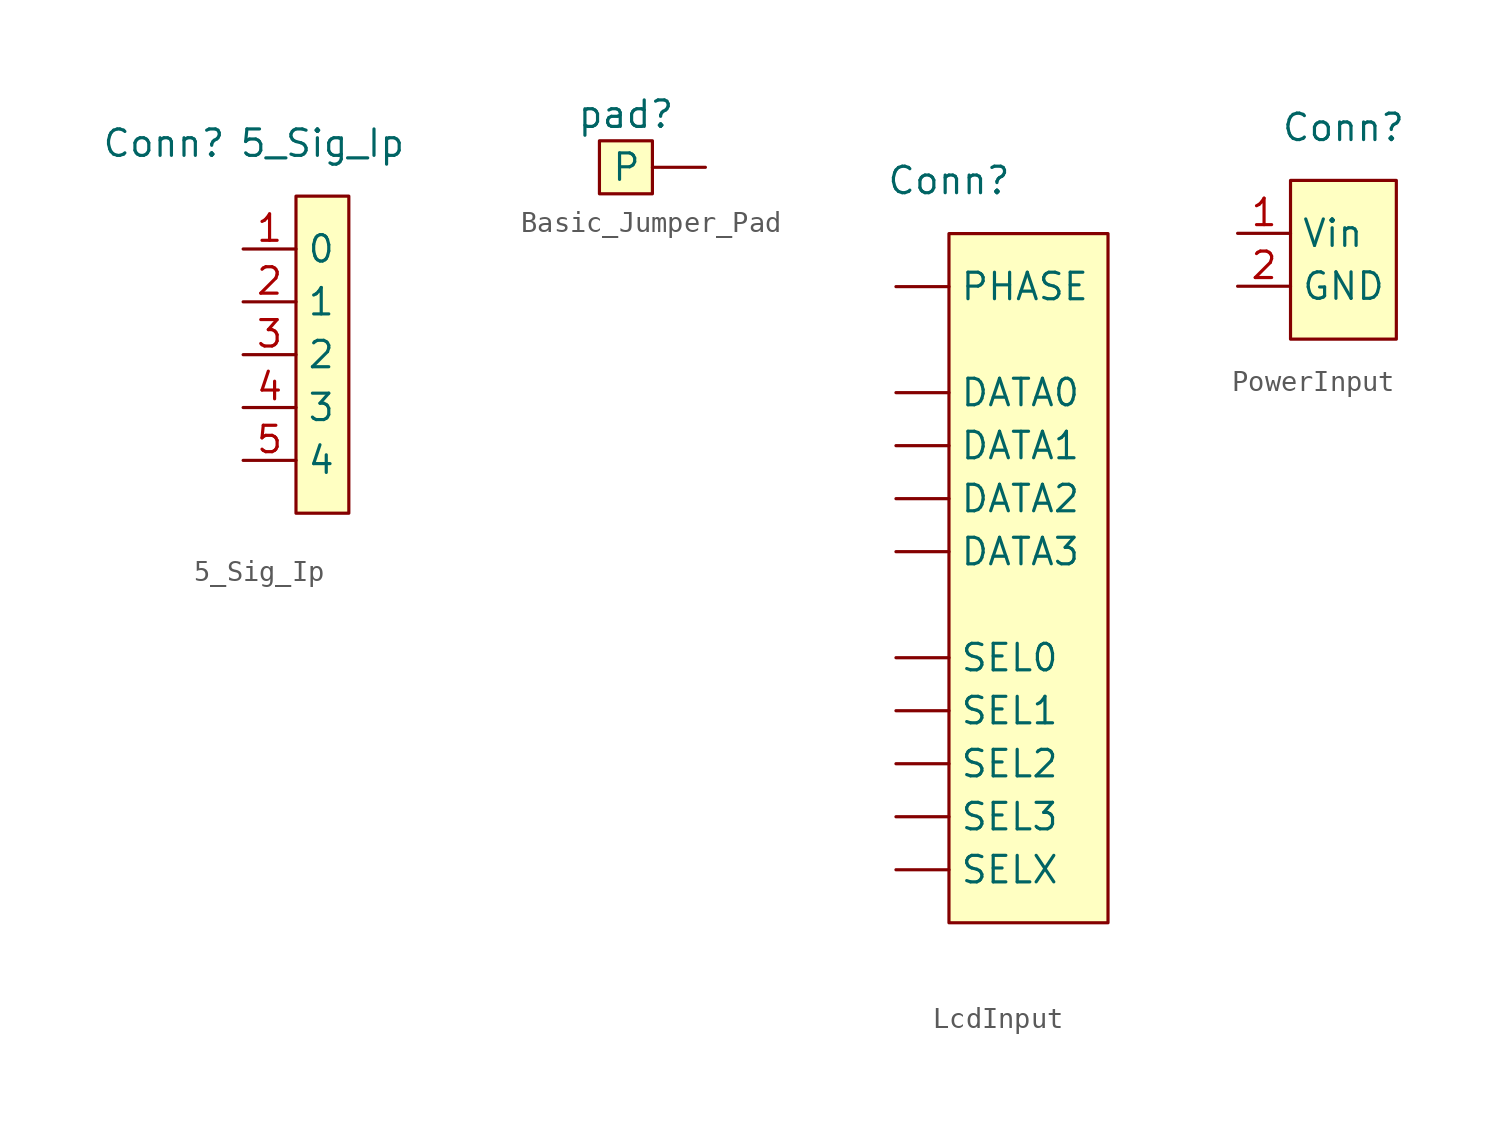
<source format=kicad_sym>
(kicad_symbol_lib
  (version 20220914)
  (generator kicad_symbol_editor)
  (symbol "5_Sig_Ip"
    (property "Reference" "Conn"
      (at -8.89 0 0)
      (effects (font (size 1.27 1.27))))
    (property "Value" "5_Sig_Ip"
      (at -1.27 0 0)
      (effects (font (size 1.27 1.27))))
    (symbol "5_Sig_Ip_1_1"
      (rectangle (start -2.54 -2.54) (end 0 -17.78) (stroke (width 0) (type default)) (fill (type background)))
      (pin output line (at -5.08 -5.08 0) (length 2.54) (name "0" (effects (font (size 1.27 1.27)))) (number "1" (effects (font (size 1.27 1.27)))))
      (pin output line (at -5.08 -7.62 0) (length 2.54) (name "1" (effects (font (size 1.27 1.27)))) (number "2" (effects (font (size 1.27 1.27)))))
      (pin output line (at -5.08 -10.16 0) (length 2.54) (name "2" (effects (font (size 1.27 1.27)))) (number "3" (effects (font (size 1.27 1.27)))))
      (pin output line (at -5.08 -12.7 0) (length 2.54) (name "3" (effects (font (size 1.27 1.27)))) (number "4" (effects (font (size 1.27 1.27)))))
      (pin output line (at -5.08 -15.24 0) (length 2.54) (name "4" (effects (font (size 1.27 1.27)))) (number "5" (effects (font (size 1.27 1.27)))))))
  (symbol "Basic_Jumper_Pad"
    (property "Reference" "pad"
      (at 0 0 0)
      (effects (font (size 1.27 1.27))))
    (property "Value" ""
      (at 0 0 0)
      (effects (font (size 1.27 1.27))))
    (symbol "Basic_Jumper_Pad_1_1"
      (rectangle (start -1.27 -1.27) (end 1.27 -3.81) (stroke (width 0) (type default)) (fill (type background)))
      (pin bidirectional line (at 3.81 -2.54 180) (length 2.54) (name "P" (effects (font (size 1.27 1.27)))) (number "" (effects (font (size 1.27 1.27)))))))
  (symbol "LcdInput"
    (property "Reference" "Conn"
      (at 0 5.08 0)
      (effects (font (size 1.27 1.27))))
    (property "Value" ""
      (at 0 0 0)
      (effects (font (size 1.27 1.27))))
    (symbol "LcdInput_1_1"
      (rectangle (start 0 2.54) (end 7.62 -30.48) (stroke (width 0) (type default)) (fill (type background)))
      (pin output line (at -2.54 -5.08 0) (length 2.54) (name "DATA0" (effects (font (size 1.27 1.27)))) (number "" (effects (font (size 1.27 1.27)))))
      (pin output line (at -2.54 -7.62 0) (length 2.54) (name "DATA1" (effects (font (size 1.27 1.27)))) (number "" (effects (font (size 1.27 1.27)))))
      (pin output line (at -2.54 -10.16 0) (length 2.54) (name "DATA2" (effects (font (size 1.27 1.27)))) (number "" (effects (font (size 1.27 1.27)))))
      (pin output line (at -2.54 -12.7 0) (length 2.54) (name "DATA3" (effects (font (size 1.27 1.27)))) (number "" (effects (font (size 1.27 1.27)))))
      (pin output line (at -2.54 0 0) (length 2.54) (name "PHASE" (effects (font (size 1.27 1.27)))) (number "" (effects (font (size 1.27 1.27)))))
      (pin output line (at -2.54 -17.78 0) (length 2.54) (name "SEL0" (effects (font (size 1.27 1.27)))) (number "" (effects (font (size 1.27 1.27)))))
      (pin output line (at -2.54 -20.32 0) (length 2.54) (name "SEL1" (effects (font (size 1.27 1.27)))) (number "" (effects (font (size 1.27 1.27)))))
      (pin output line (at -2.54 -22.86 0) (length 2.54) (name "SEL2" (effects (font (size 1.27 1.27)))) (number "" (effects (font (size 1.27 1.27)))))
      (pin output line (at -2.54 -25.4 0) (length 2.54) (name "SEL3" (effects (font (size 1.27 1.27)))) (number "" (effects (font (size 1.27 1.27)))))
      (pin output line (at -2.54 -27.94 0) (length 2.54) (name "SELX" (effects (font (size 1.27 1.27)))) (number "" (effects (font (size 1.27 1.27)))))))
  (symbol "PowerInput"
    (property "Reference" "Conn"
      (at 0 0 0)
      (effects (font (size 1.27 1.27))))
    (property "Value" ""
      (at 0 0 0)
      (effects (font (size 1.27 1.27))))
    (symbol "PowerInput_1_1"
      (rectangle (start -2.54 -2.54) (end 2.54 -10.16) (stroke (width 0) (type default)) (fill (type background)))
      (pin power_out line (at -5.08 -5.08 0) (length 2.54) (name "Vin" (effects (font (size 1.27 1.27)))) (number "1" (effects (font (size 1.27 1.27)))))
      (pin power_out line (at -5.08 -7.62 0) (length 2.54) (name "GND" (effects (font (size 1.27 1.27)))) (number "2" (effects (font (size 1.27 1.27))))))))
</source>
